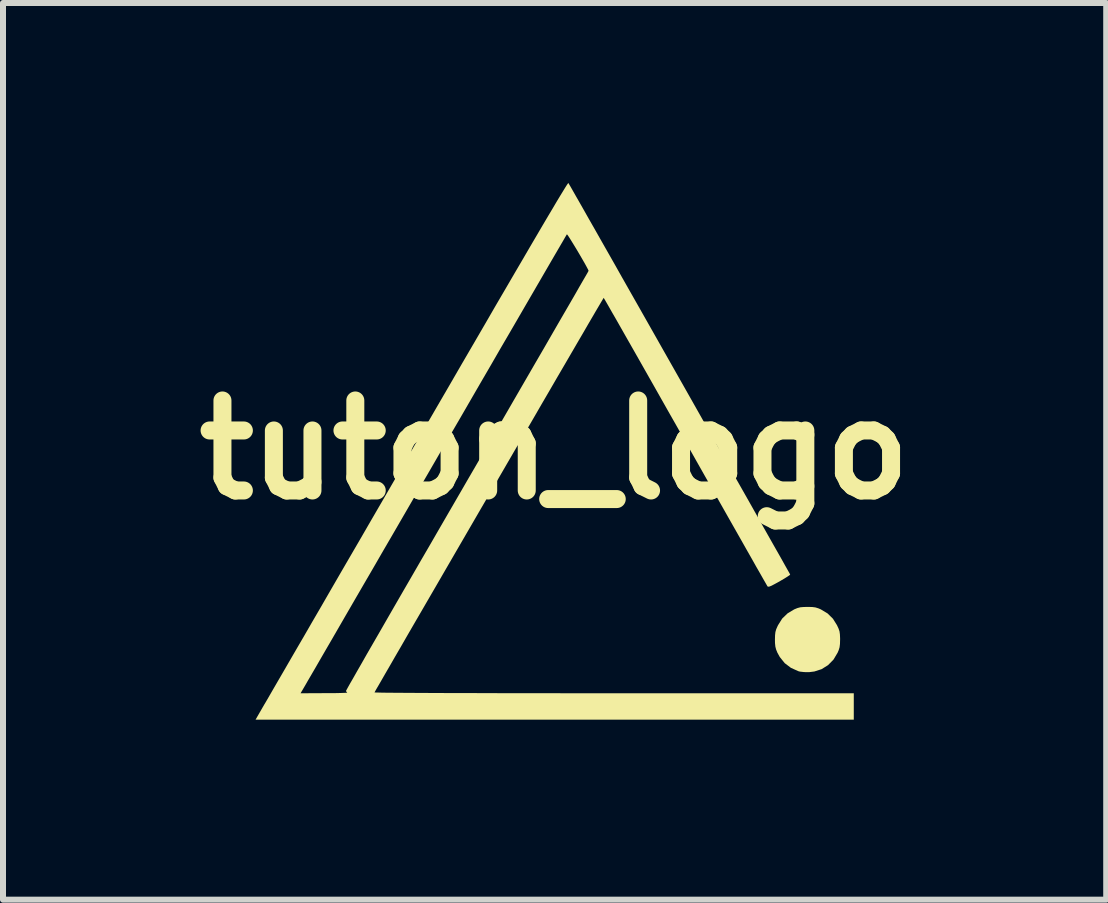
<source format=kicad_pcb>
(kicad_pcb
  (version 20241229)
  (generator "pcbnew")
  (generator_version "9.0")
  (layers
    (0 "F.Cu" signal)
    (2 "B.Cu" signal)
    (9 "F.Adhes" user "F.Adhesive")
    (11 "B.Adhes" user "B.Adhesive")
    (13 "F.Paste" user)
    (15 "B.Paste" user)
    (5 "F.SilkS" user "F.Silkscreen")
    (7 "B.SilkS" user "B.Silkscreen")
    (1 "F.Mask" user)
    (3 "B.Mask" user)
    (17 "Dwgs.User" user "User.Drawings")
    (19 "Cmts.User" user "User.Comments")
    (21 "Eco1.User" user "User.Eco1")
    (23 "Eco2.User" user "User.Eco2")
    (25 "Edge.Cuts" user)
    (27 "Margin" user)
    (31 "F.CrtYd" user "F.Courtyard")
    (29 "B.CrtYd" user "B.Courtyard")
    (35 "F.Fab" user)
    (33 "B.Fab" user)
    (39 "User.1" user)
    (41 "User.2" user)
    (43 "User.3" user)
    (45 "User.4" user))
  (footprint "tuton_logo"
    (layer "F.Cu")
    (at 6.193 4.446)
    (property "Reference" "tuton_logo" (at 0 0 0) (layer "F.SilkS") (effects (font (size 1.5 1.5) (thickness 0.3))))
    (attr board_only exclude_from_pos_files exclude_from_bom)
    (fp_poly (pts (xy 4.29 2.62) (xy 4.346 2.627) (xy 4.395 2.642) (xy 4.437 2.66) (xy 4.55 2.728) (xy 4.639 2.816) (xy 4.706 2.923) (xy 4.732 2.979) (xy 4.748 3.026) (xy 4.755 3.076) (xy 4.758 3.142) (xy 4.758 3.161) (xy 4.756 3.236) (xy 4.749 3.292) (xy 4.734 3.341) (xy 4.716 3.383) (xy 4.647 3.498) (xy 4.557 3.589) (xy 4.45 3.656) (xy 4.329 3.695) (xy 4.242 3.706) (xy 4.16 3.705) (xy 4.089 3.697) (xy 4.062 3.69) (xy 3.938 3.634) (xy 3.835 3.556) (xy 3.753 3.454) (xy 3.713 3.382) (xy 3.692 3.33) (xy 3.679 3.28) (xy 3.673 3.221) (xy 3.672 3.161) (xy 3.674 3.09) (xy 3.68 3.037) (xy 3.693 2.991) (xy 3.717 2.937) (xy 3.724 2.923) (xy 3.793 2.813) (xy 3.883 2.726) (xy 3.993 2.66) (xy 4.046 2.638) (xy 4.095 2.625) (xy 4.154 2.62) (xy 4.215 2.619)) (stroke (width 0) (type solid)) (fill yes) (layer "F.SilkS"))
    (fp_poly (pts (xy 0.238 -4.431) (xy 0.262 -4.391) (xy 0.299 -4.326) (xy 0.349 -4.238) (xy 0.412 -4.128) (xy 0.486 -3.998) (xy 0.57 -3.849) (xy 0.665 -3.683) (xy 0.768 -3.501) (xy 0.88 -3.304) (xy 0.999 -3.095) (xy 1.124 -2.873) (xy 1.255 -2.642) (xy 1.392 -2.401) (xy 1.532 -2.154) (xy 1.676 -1.9) (xy 1.822 -1.642) (xy 1.97 -1.381) (xy 2.119 -1.118) (xy 2.268 -0.855) (xy 2.416 -0.593) (xy 2.562 -0.334) (xy 2.707 -0.079) (xy 2.848 0.17) (xy 2.985 0.413) (xy 3.118 0.647) (xy 3.245 0.871) (xy 3.365 1.084) (xy 3.478 1.285) (xy 3.583 1.471) (xy 3.68 1.642) (xy 3.767 1.795) (xy 3.843 1.931) (xy 3.908 2.046) (xy 3.926 2.079) (xy 3.916 2.09) (xy 3.882 2.113) (xy 3.831 2.145) (xy 3.766 2.183) (xy 3.748 2.194) (xy 3.671 2.236) (xy 3.618 2.264) (xy 3.582 2.279) (xy 3.56 2.282) (xy 3.548 2.277) (xy 3.547 2.275) (xy 3.538 2.259) (xy 3.514 2.217) (xy 3.476 2.151) (xy 3.425 2.061) (xy 3.361 1.95) (xy 3.287 1.818) (xy 3.201 1.667) (xy 3.106 1.499) (xy 3.001 1.314) (xy 2.888 1.115) (xy 2.768 0.903) (xy 2.641 0.678) (xy 2.508 0.443) (xy 2.37 0.199) (xy 2.228 -0.053) (xy 2.178 -0.14) (xy 2.035 -0.394) (xy 1.895 -0.64) (xy 1.761 -0.877) (xy 1.632 -1.105) (xy 1.51 -1.32) (xy 1.395 -1.523) (xy 1.288 -1.711) (xy 1.19 -1.883) (xy 1.102 -2.038) (xy 1.024 -2.175) (xy 0.957 -2.291) (xy 0.903 -2.386) (xy 0.861 -2.459) (xy 0.833 -2.507) (xy 0.819 -2.53) (xy 0.818 -2.532) (xy 0.81 -2.519) (xy 0.786 -2.479) (xy 0.749 -2.416) (xy 0.698 -2.33) (xy 0.635 -2.222) (xy 0.56 -2.094) (xy 0.475 -1.947) (xy 0.379 -1.783) (xy 0.275 -1.604) (xy 0.162 -1.41) (xy 0.041 -1.203) (xy -0.086 -0.984) (xy -0.219 -0.756) (xy -0.356 -0.519) (xy -0.498 -0.275) (xy -0.644 -0.025) (xy -0.792 0.23) (xy -0.941 0.487) (xy -1.091 0.746) (xy -1.242 1.005) (xy -1.391 1.262) (xy -1.539 1.517) (xy -1.684 1.767) (xy -1.826 2.012) (xy -1.964 2.25) (xy -2.097 2.479) (xy -2.224 2.698) (xy -2.345 2.906) (xy -2.458 3.101) (xy -2.562 3.282) (xy -2.658 3.447) (xy -2.743 3.595) (xy -2.818 3.724) (xy -2.881 3.834) (xy -2.932 3.922) (xy -2.97 3.987) (xy -2.993 4.028) (xy -3.001 4.044) (xy -2.986 4.045) (xy -2.941 4.046) (xy -2.866 4.048) (xy -2.763 4.049) (xy -2.632 4.05) (xy -2.474 4.051) (xy -2.292 4.052) (xy -2.085 4.053) (xy -1.854 4.054) (xy -1.601 4.055) (xy -1.327 4.055) (xy -1.032 4.056) (xy -0.718 4.057) (xy -0.385 4.057) (xy -0.035 4.057) (xy 0.331 4.058) (xy 0.713 4.058) (xy 0.99 4.058) (xy 4.986 4.058) (xy 4.986 4.278) (xy 4.986 4.498) (xy 0.001 4.498) (xy -4.984 4.498) (xy -4.84 4.248) (xy -4.82 4.215) (xy -4.785 4.155) (xy -4.736 4.07) (xy -4.729 4.058) (xy -4.234 4.058) (xy -3.835 4.056) (xy -3.728 4.056) (xy -3.634 4.055) (xy -3.555 4.053) (xy -3.497 4.051) (xy -3.463 4.049) (xy -3.456 4.047) (xy -3.474 4.027) (xy -3.476 4.017) (xy -3.468 4.002) (xy -3.445 3.96) (xy -3.408 3.894) (xy -3.356 3.804) (xy -3.292 3.691) (xy -3.215 3.557) (xy -3.127 3.402) (xy -3.027 3.229) (xy -2.916 3.037) (xy -2.796 2.828) (xy -2.667 2.604) (xy -2.529 2.365) (xy -2.383 2.113) (xy -2.23 1.848) (xy -2.07 1.573) (xy -1.905 1.287) (xy -1.734 0.992) (xy -1.559 0.69) (xy -1.455 0.51) (xy -1.277 0.204) (xy -1.104 -0.095) (xy -0.935 -0.385) (xy -0.772 -0.667) (xy -0.616 -0.937) (xy -0.466 -1.196) (xy -0.323 -1.443) (xy -0.188 -1.675) (xy -0.063 -1.892) (xy 0.053 -2.093) (xy 0.159 -2.276) (xy 0.255 -2.441) (xy 0.339 -2.586) (xy 0.41 -2.711) (xy 0.469 -2.813) (xy 0.515 -2.892) (xy 0.547 -2.947) (xy 0.563 -2.977) (xy 0.566 -2.982) (xy 0.559 -3.001) (xy 0.538 -3.041) (xy 0.507 -3.098) (xy 0.468 -3.166) (xy 0.424 -3.242) (xy 0.378 -3.32) (xy 0.332 -3.396) (xy 0.289 -3.466) (xy 0.253 -3.524) (xy 0.225 -3.567) (xy 0.208 -3.589) (xy 0.205 -3.591) (xy 0.196 -3.577) (xy 0.172 -3.536) (xy 0.134 -3.47) (xy 0.082 -3.381) (xy 0.016 -3.268) (xy -0.062 -3.134) (xy -0.152 -2.979) (xy -0.253 -2.805) (xy -0.365 -2.612) (xy -0.487 -2.402) (xy -0.618 -2.176) (xy -0.758 -1.935) (xy -0.907 -1.68) (xy -1.062 -1.411) (xy -1.225 -1.131) (xy -1.393 -0.841) (xy -1.567 -0.54) (xy -1.747 -0.231) (xy -1.93 0.085) (xy -1.99 0.189) (xy -2.175 0.508) (xy -2.356 0.82) (xy -2.532 1.124) (xy -2.703 1.419) (xy -2.869 1.704) (xy -3.027 1.978) (xy -3.179 2.239) (xy -3.323 2.487) (xy -3.458 2.72) (xy -3.584 2.938) (xy -3.7 3.139) (xy -3.806 3.321) (xy -3.901 3.485) (xy -3.984 3.629) (xy -4.055 3.751) (xy -4.113 3.85) (xy -4.157 3.927) (xy -4.187 3.978) (xy -4.202 4.004) (xy -4.204 4.007) (xy -4.234 4.058) (xy -4.729 4.058) (xy -4.673 3.961) (xy -4.597 3.83) (xy -4.508 3.677) (xy -4.408 3.504) (xy -4.296 3.311) (xy -4.173 3.1) (xy -4.041 2.871) (xy -3.899 2.627) (xy -3.749 2.367) (xy -3.591 2.094) (xy -3.425 1.808) (xy -3.252 1.511) (xy -3.074 1.203) (xy -2.89 0.886) (xy -2.701 0.56) (xy -2.508 0.227) (xy -2.312 -0.111) (xy -2.241 -0.233) (xy -1.993 -0.661) (xy -1.76 -1.062) (xy -1.543 -1.437) (xy -1.339 -1.787) (xy -1.15 -2.112) (xy -0.976 -2.413) (xy -0.814 -2.69) (xy -0.666 -2.944) (xy -0.53 -3.176) (xy -0.407 -3.387) (xy -0.296 -3.576) (xy -0.197 -3.745) (xy -0.109 -3.894) (xy -0.032 -4.023) (xy 0.034 -4.135) (xy 0.09 -4.228) (xy 0.136 -4.303) (xy 0.172 -4.362) (xy 0.199 -4.405) (xy 0.218 -4.433) (xy 0.228 -4.445) (xy 0.23 -4.446)) (stroke (width 0) (type solid)) (fill yes) (layer "F.SilkS")))
  (gr_rect
    (start -3 -3)
    (end 15.386 11.944)
    (stroke (width 0.1) (type default))
    (fill no)
    (layer "Edge.Cuts")))
</source>
